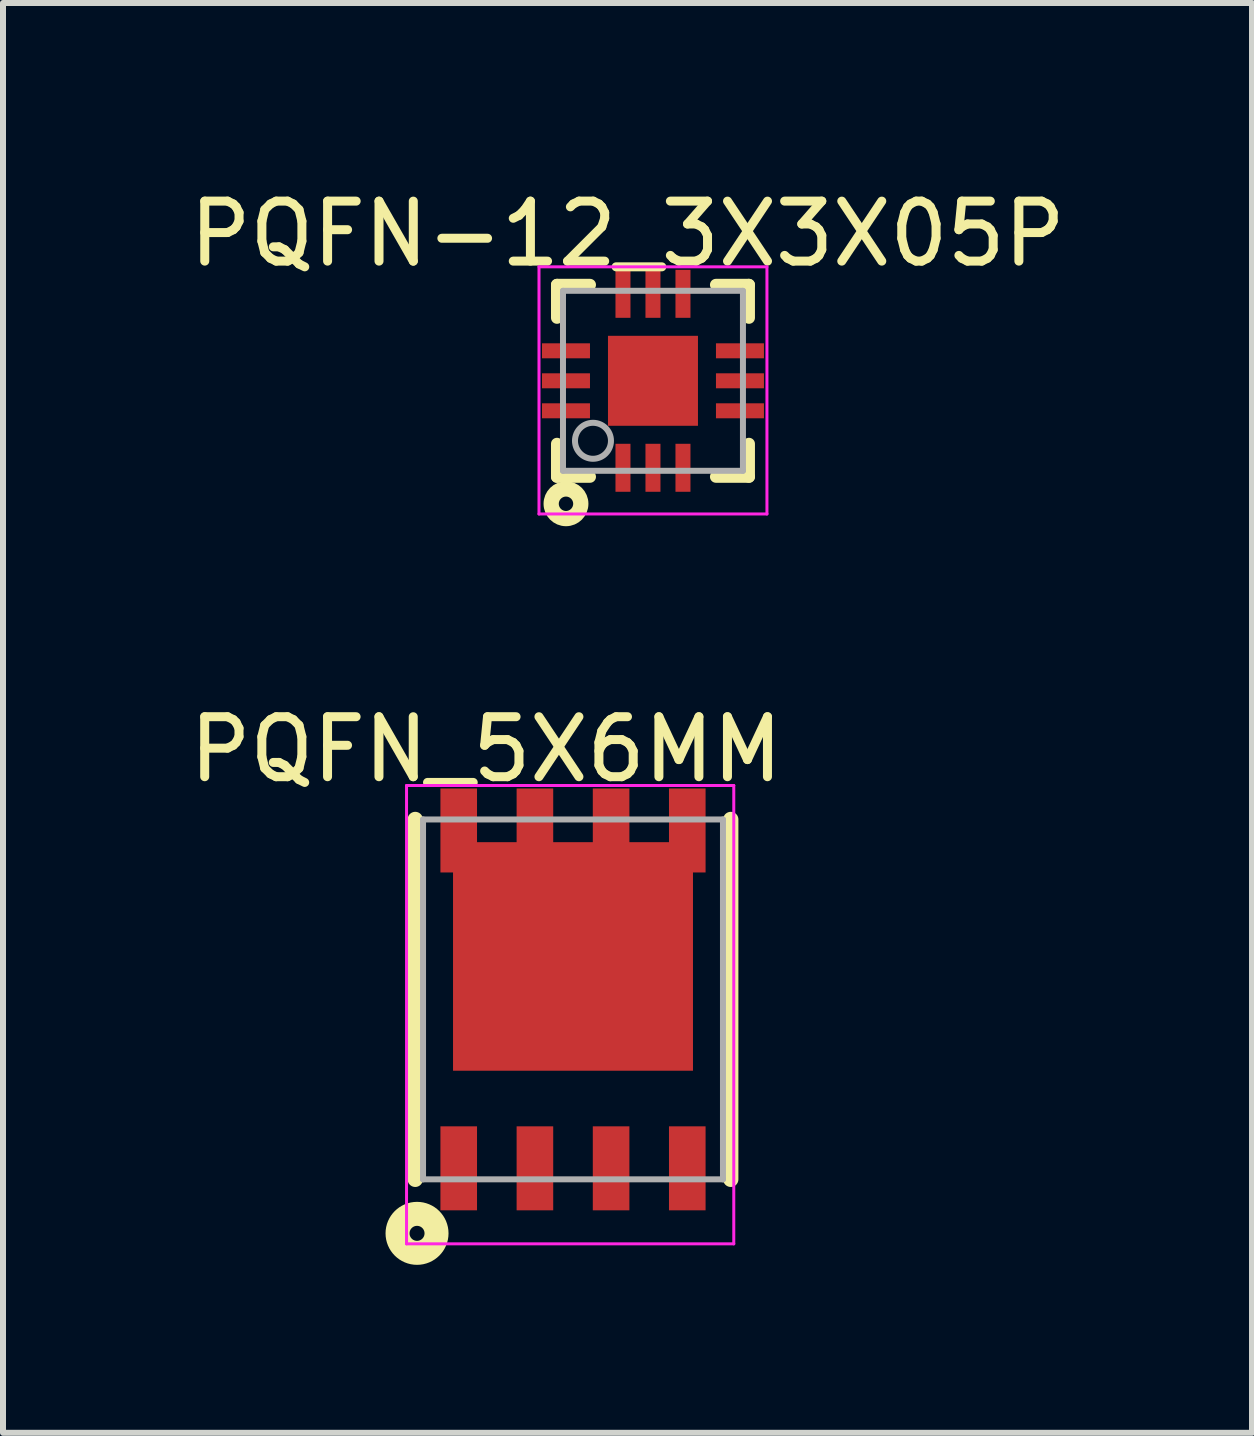
<source format=kicad_pcb>
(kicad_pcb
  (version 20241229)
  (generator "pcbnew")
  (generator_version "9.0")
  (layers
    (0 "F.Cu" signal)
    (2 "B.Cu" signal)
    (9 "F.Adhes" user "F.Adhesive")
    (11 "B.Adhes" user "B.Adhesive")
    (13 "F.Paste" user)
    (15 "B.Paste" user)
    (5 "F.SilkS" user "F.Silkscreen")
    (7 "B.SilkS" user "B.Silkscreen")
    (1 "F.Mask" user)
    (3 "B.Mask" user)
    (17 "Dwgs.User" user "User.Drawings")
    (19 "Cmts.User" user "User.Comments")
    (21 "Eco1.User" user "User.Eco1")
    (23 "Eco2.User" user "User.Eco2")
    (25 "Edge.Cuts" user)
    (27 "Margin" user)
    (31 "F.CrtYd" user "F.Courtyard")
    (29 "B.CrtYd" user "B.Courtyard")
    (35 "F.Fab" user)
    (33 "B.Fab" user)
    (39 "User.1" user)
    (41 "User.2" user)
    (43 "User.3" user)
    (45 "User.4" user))
  (footprint "PQFN-12_3X3X05P"
    (layer "F.Cu")
    (at 7.835 3.298)
    (property "Reference" "PQFN-12_3X3X05P" (at -0.424 -2.45 0) (layer "F.SilkS") (effects (font (size 1 1) (thickness 0.15))))
    (attr through_hole)
    (fp_line (start -1.6 -1.6) (end -1.05 -1.6) (stroke (width 0.2) (type solid)) (layer "F.SilkS"))
    (fp_line (start -1.6 -1.05) (end -1.6 -1.6) (stroke (width 0.2) (type solid)) (layer "F.SilkS"))
    (fp_line (start -1.6 1.6) (end -1.6 1.05) (stroke (width 0.2) (type solid)) (layer "F.SilkS"))
    (fp_line (start -1.6 1.6) (end -1.05 1.6) (stroke (width 0.2) (type solid)) (layer "F.SilkS"))
    (fp_line (start 1.05 1.6) (end 1.6 1.6) (stroke (width 0.2) (type solid)) (layer "F.SilkS"))
    (fp_line (start 1.05 -1.6) (end 1.6 -1.6) (stroke (width 0.2) (type solid)) (layer "F.SilkS"))
    (fp_line (start 1.6 -1.05) (end 1.6 -1.6) (stroke (width 0.2) (type solid)) (layer "F.SilkS"))
    (fp_line (start 1.6 1.6) (end 1.6 1.05) (stroke (width 0.2) (type solid)) (layer "F.SilkS"))
    (fp_circle (center -1.45 2.05) (end -1.33 2.05) (stroke (width 0.254) (type solid)) (fill no) (layer "F.SilkS"))
    (fp_line (start -1.9 -1.9) (end 1.9 -1.9) (stroke (width 0.05) (type solid)) (layer "F.CrtYd"))
    (fp_line (start -1.9 2.22) (end -1.9 -1.9) (stroke (width 0.05) (type solid)) (layer "F.CrtYd"))
    (fp_line (start 1.9 -1.9) (end 1.9 2.22) (stroke (width 0.05) (type solid)) (layer "F.CrtYd"))
    (fp_line (start 1.9 2.22) (end -1.9 2.22) (stroke (width 0.05) (type solid)) (layer "F.CrtYd"))
    (fp_line (start -1.5 -1.5) (end 1.5 -1.5) (stroke (width 0.1) (type solid)) (layer "F.Fab"))
    (fp_line (start -1.5 1.5) (end -1.5 -1.5) (stroke (width 0.1) (type solid)) (layer "F.Fab"))
    (fp_line (start -1.5 1.5) (end 1.5 1.5) (stroke (width 0.1) (type solid)) (layer "F.Fab"))
    (fp_line (start 1.5 1.5) (end 1.5 -1.5) (stroke (width 0.1) (type solid)) (layer "F.Fab"))
    (fp_circle (center -1 1) (end -0.7 1) (stroke (width 0.1) (type solid)) (fill no) (layer "F.Fab"))
    (pad "0" smd rect (at 0 0 90) (size 1.5 1.5) (layers "F.Cu" "F.Mask" "F.Paste"))
    (pad "1" smd rect (at -0.5 1.45 90) (size 0.8 0.25) (layers "F.Cu" "F.Mask" "F.Paste"))
    (pad "2" smd rect (at 0 1.45 90) (size 0.8 0.25) (layers "F.Cu" "F.Mask" "F.Paste"))
    (pad "3" smd rect (at 0.5 1.45 90) (size 0.8 0.25) (layers "F.Cu" "F.Mask" "F.Paste"))
    (pad "4" smd rect (at 1.45 0.5 180) (size 0.8 0.25) (layers "F.Cu" "F.Mask" "F.Paste"))
    (pad "5" smd rect (at 1.45 0 180) (size 0.8 0.25) (layers "F.Cu" "F.Mask" "F.Paste"))
    (pad "6" smd rect (at 1.45 -0.5 180) (size 0.8 0.25) (layers "F.Cu" "F.Mask" "F.Paste"))
    (pad "7" smd rect (at 0.5 -1.45 270) (size 0.8 0.25) (layers "F.Cu" "F.Mask" "F.Paste"))
    (pad "8" smd rect (at 0 -1.45 270) (size 0.8 0.25) (layers "F.Cu" "F.Mask" "F.Paste"))
    (pad "9" smd rect (at -0.5 -1.45 270) (size 0.8 0.25) (layers "F.Cu" "F.Mask" "F.Paste"))
    (pad "10" smd rect (at -1.45 -0.5) (size 0.8 0.25) (layers "F.Cu" "F.Mask" "F.Paste"))
    (pad "11" smd rect (at -1.45 0) (size 0.8 0.25) (layers "F.Cu" "F.Mask" "F.Paste"))
    (pad "12" smd rect (at -1.45 0.5) (size 0.8 0.25) (layers "F.Cu" "F.Mask" "F.Paste")))
  (footprint "PQFN_5X6MM"
    (layer "F.Cu")
    (at 6.502 13.61)
    (property "Reference" "PQFN_5X6MM" (at -1.449 -4.167 0) (layer "F.SilkS") (effects (font (size 1 1) (thickness 0.15))))
    (attr through_hole)
    (fp_line (start -2.63 3) (end -2.63 -3) (stroke (width 0.254) (type solid)) (layer "F.SilkS"))
    (fp_line (start 2.63 3) (end 2.63 -3) (stroke (width 0.254) (type solid)) (layer "F.SilkS"))
    (fp_circle (center -2.6 3.9) (end -2.475 3.9) (stroke (width 0.4) (type solid)) (fill no) (layer "F.SilkS"))
    (fp_line (start -2.775 -3.566) (end 2.68 -3.566) (stroke (width 0.05) (type solid)) (layer "F.CrtYd"))
    (fp_line (start -2.775 4.075) (end -2.775 -3.566) (stroke (width 0.05) (type solid)) (layer "F.CrtYd"))
    (fp_line (start 2.68 -3.566) (end 2.68 4.075) (stroke (width 0.05) (type solid)) (layer "F.CrtYd"))
    (fp_line (start 2.68 4.075) (end -2.775 4.075) (stroke (width 0.05) (type solid)) (layer "F.CrtYd"))
    (fp_line (start -2.5 -3) (end 2.5 -3) (stroke (width 0.1) (type solid)) (layer "F.Fab"))
    (fp_line (start -2.5 3) (end -2.5 -3) (stroke (width 0.1) (type solid)) (layer "F.Fab"))
    (fp_line (start -2.5 3) (end 2.5 3) (stroke (width 0.1) (type solid)) (layer "F.Fab"))
    (fp_line (start 2.5 3) (end 2.5 -3) (stroke (width 0.1) (type solid)) (layer "F.Fab"))
    (pad "0" smd rect (at 0 -0.716 90) (size 3.81 4) (layers "F.Cu" "F.Mask" "F.Paste"))
    (pad "1" smd rect (at -1.905 2.816) (size 0.61 1.4) (layers "F.Cu" "F.Mask" "F.Paste"))
    (pad "2" smd rect (at -0.635 2.816) (size 0.61 1.4) (layers "F.Cu" "F.Mask" "F.Paste"))
    (pad "3" smd rect (at 0.635 2.816) (size 0.61 1.4) (layers "F.Cu" "F.Mask" "F.Paste"))
    (pad "4" smd rect (at 1.905 2.816) (size 0.61 1.4) (layers "F.Cu" "F.Mask" "F.Paste"))
    (pad "5" smd rect (at 1.905 -2.816) (size 0.61 1.4) (layers "F.Cu" "F.Mask" "F.Paste"))
    (pad "6" smd rect (at 0.635 -2.816) (size 0.61 1.4) (layers "F.Cu" "F.Mask" "F.Paste"))
    (pad "7" smd rect (at -0.635 -2.816) (size 0.61 1.4) (layers "F.Cu" "F.Mask" "F.Paste"))
    (pad "8" smd rect (at -1.905 -2.816) (size 0.61 1.4) (layers "F.Cu" "F.Mask" "F.Paste")))
  (gr_rect
    (start -3 -3)
    (end 17.821 20.835)
    (stroke (width 0.1) (type default))
    (fill no)
    (layer "Edge.Cuts")))
</source>
